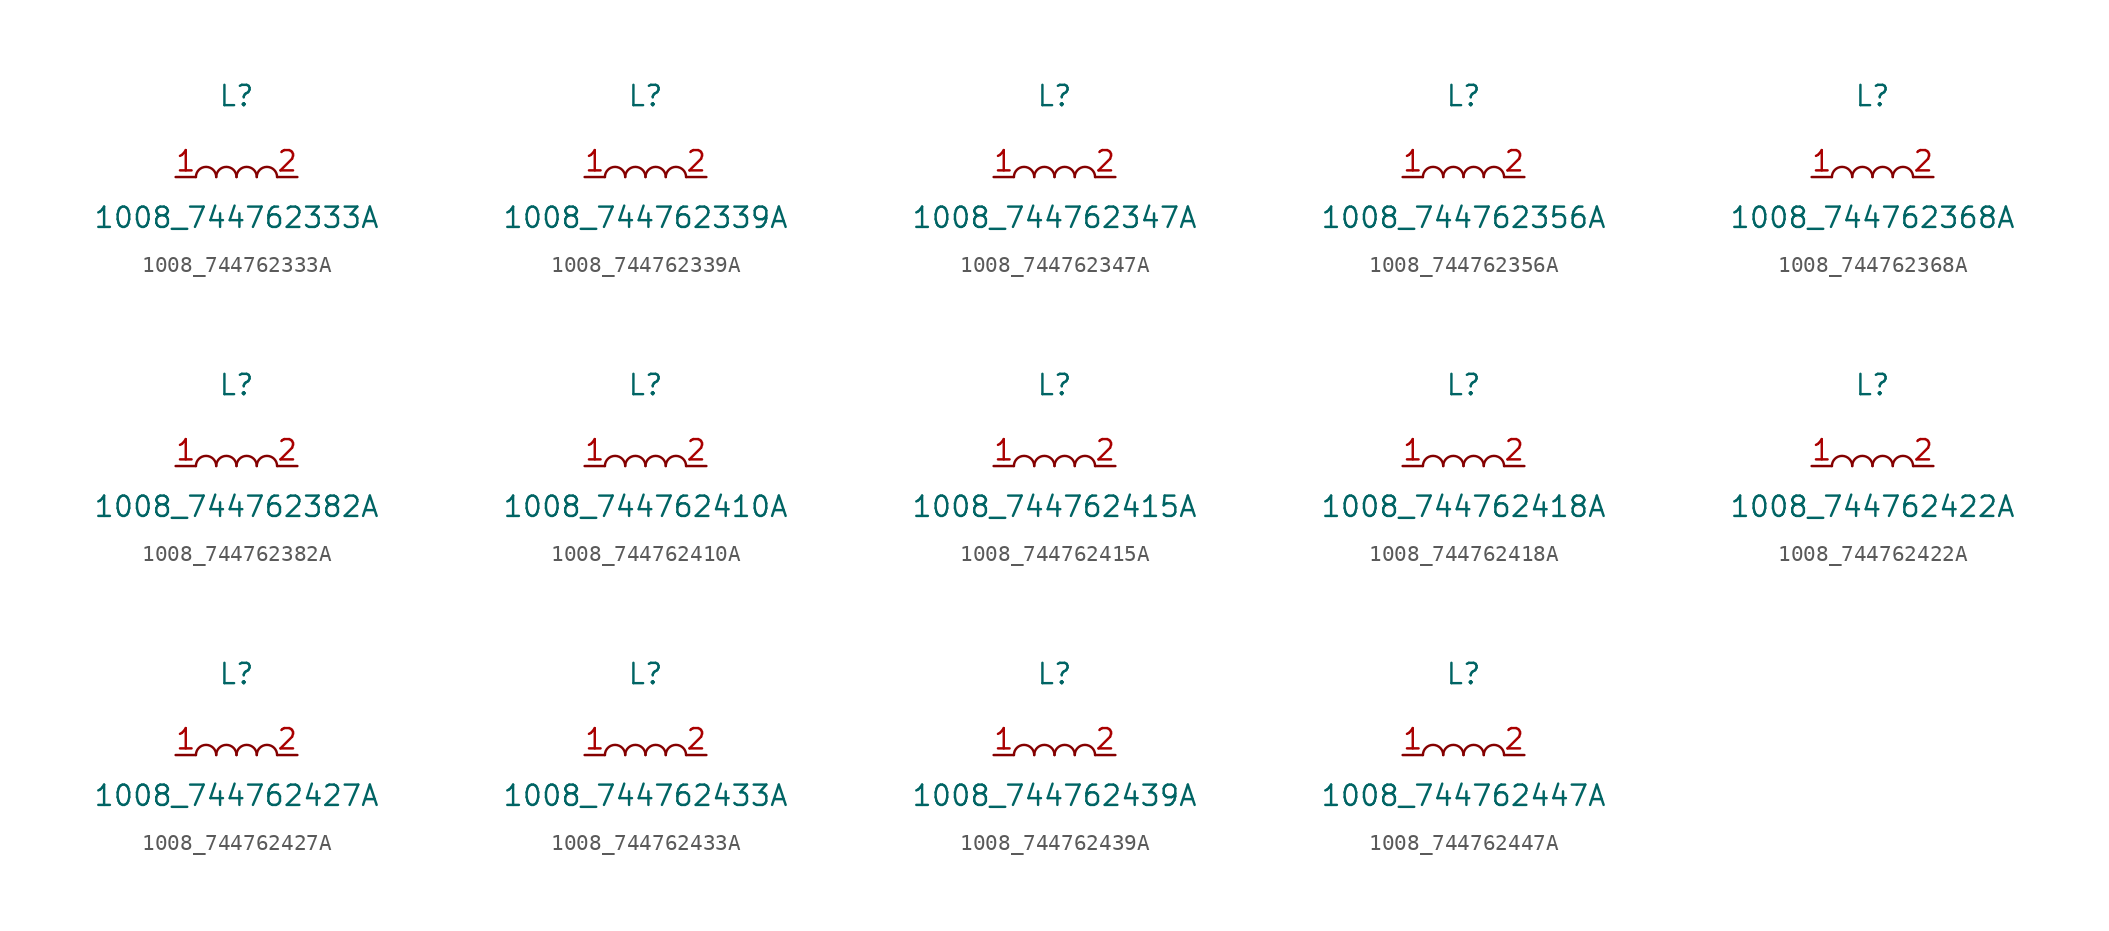
<source format=kicad_sym>
(kicad_symbol_lib
  (version 20220914)
  (generator kicad_symbol_editor)
  (symbol "1008_744762333A"
    (pin_names hide)
    (property "Reference" "L"
      (at 0 5.08 0)
      (effects (font (size 1.27 1.27))))
    (property "Value" "1008_744762333A"
      (at 0 -2.54 0)
      (effects (font (size 1.27 1.27))))
    (symbol "1008_744762333A_0_1"
      (arc (start -1.27 0) (mid -1.905 0.6323) (end -2.54 0) (stroke (width 0) (type default)) (fill (type none)))
      (arc (start 0 0) (mid -0.635 0.6323) (end -1.27 0) (stroke (width 0) (type default)) (fill (type none)))
      (arc (start 1.27 0) (mid 0.635 0.6323) (end 0 0) (stroke (width 0) (type default)) (fill (type none)))
      (arc (start 2.54 0) (mid 1.905 0.6323) (end 1.27 0) (stroke (width 0) (type default)) (fill (type none))))
    (symbol "1008_744762333A_1_1"
      (pin passive line (at -3.81 0 0) (length 1.27) (name "1" (effects (font (size 1.27 1.27)))) (number "1" (effects (font (size 1.27 1.27)))))
      (pin passive line (at 3.81 0 180) (length 1.27) (name "2" (effects (font (size 1.27 1.27)))) (number "2" (effects (font (size 1.27 1.27)))))))
  (symbol "1008_744762339A"
    (pin_names hide)
    (property "Reference" "L"
      (at 0 5.08 0)
      (effects (font (size 1.27 1.27))))
    (property "Value" "1008_744762339A"
      (at 0 -2.54 0)
      (effects (font (size 1.27 1.27))))
    (symbol "1008_744762339A_0_1"
      (arc (start -1.27 0) (mid -1.905 0.6323) (end -2.54 0) (stroke (width 0) (type default)) (fill (type none)))
      (arc (start 0 0) (mid -0.635 0.6323) (end -1.27 0) (stroke (width 0) (type default)) (fill (type none)))
      (arc (start 1.27 0) (mid 0.635 0.6323) (end 0 0) (stroke (width 0) (type default)) (fill (type none)))
      (arc (start 2.54 0) (mid 1.905 0.6323) (end 1.27 0) (stroke (width 0) (type default)) (fill (type none))))
    (symbol "1008_744762339A_1_1"
      (pin passive line (at -3.81 0 0) (length 1.27) (name "1" (effects (font (size 1.27 1.27)))) (number "1" (effects (font (size 1.27 1.27)))))
      (pin passive line (at 3.81 0 180) (length 1.27) (name "2" (effects (font (size 1.27 1.27)))) (number "2" (effects (font (size 1.27 1.27)))))))
  (symbol "1008_744762347A"
    (pin_names hide)
    (property "Reference" "L"
      (at 0 5.08 0)
      (effects (font (size 1.27 1.27))))
    (property "Value" "1008_744762347A"
      (at 0 -2.54 0)
      (effects (font (size 1.27 1.27))))
    (symbol "1008_744762347A_0_1"
      (arc (start -1.27 0) (mid -1.905 0.6323) (end -2.54 0) (stroke (width 0) (type default)) (fill (type none)))
      (arc (start 0 0) (mid -0.635 0.6323) (end -1.27 0) (stroke (width 0) (type default)) (fill (type none)))
      (arc (start 1.27 0) (mid 0.635 0.6323) (end 0 0) (stroke (width 0) (type default)) (fill (type none)))
      (arc (start 2.54 0) (mid 1.905 0.6323) (end 1.27 0) (stroke (width 0) (type default)) (fill (type none))))
    (symbol "1008_744762347A_1_1"
      (pin passive line (at -3.81 0 0) (length 1.27) (name "1" (effects (font (size 1.27 1.27)))) (number "1" (effects (font (size 1.27 1.27)))))
      (pin passive line (at 3.81 0 180) (length 1.27) (name "2" (effects (font (size 1.27 1.27)))) (number "2" (effects (font (size 1.27 1.27)))))))
  (symbol "1008_744762356A"
    (pin_names hide)
    (property "Reference" "L"
      (at 0 5.08 0)
      (effects (font (size 1.27 1.27))))
    (property "Value" "1008_744762356A"
      (at 0 -2.54 0)
      (effects (font (size 1.27 1.27))))
    (symbol "1008_744762356A_0_1"
      (arc (start -1.27 0) (mid -1.905 0.6323) (end -2.54 0) (stroke (width 0) (type default)) (fill (type none)))
      (arc (start 0 0) (mid -0.635 0.6323) (end -1.27 0) (stroke (width 0) (type default)) (fill (type none)))
      (arc (start 1.27 0) (mid 0.635 0.6323) (end 0 0) (stroke (width 0) (type default)) (fill (type none)))
      (arc (start 2.54 0) (mid 1.905 0.6323) (end 1.27 0) (stroke (width 0) (type default)) (fill (type none))))
    (symbol "1008_744762356A_1_1"
      (pin passive line (at -3.81 0 0) (length 1.27) (name "1" (effects (font (size 1.27 1.27)))) (number "1" (effects (font (size 1.27 1.27)))))
      (pin passive line (at 3.81 0 180) (length 1.27) (name "2" (effects (font (size 1.27 1.27)))) (number "2" (effects (font (size 1.27 1.27)))))))
  (symbol "1008_744762368A"
    (pin_names hide)
    (property "Reference" "L"
      (at 0 5.08 0)
      (effects (font (size 1.27 1.27))))
    (property "Value" "1008_744762368A"
      (at 0 -2.54 0)
      (effects (font (size 1.27 1.27))))
    (symbol "1008_744762368A_0_1"
      (arc (start -1.27 0) (mid -1.905 0.6323) (end -2.54 0) (stroke (width 0) (type default)) (fill (type none)))
      (arc (start 0 0) (mid -0.635 0.6323) (end -1.27 0) (stroke (width 0) (type default)) (fill (type none)))
      (arc (start 1.27 0) (mid 0.635 0.6323) (end 0 0) (stroke (width 0) (type default)) (fill (type none)))
      (arc (start 2.54 0) (mid 1.905 0.6323) (end 1.27 0) (stroke (width 0) (type default)) (fill (type none))))
    (symbol "1008_744762368A_1_1"
      (pin passive line (at -3.81 0 0) (length 1.27) (name "1" (effects (font (size 1.27 1.27)))) (number "1" (effects (font (size 1.27 1.27)))))
      (pin passive line (at 3.81 0 180) (length 1.27) (name "2" (effects (font (size 1.27 1.27)))) (number "2" (effects (font (size 1.27 1.27)))))))
  (symbol "1008_744762382A"
    (pin_names hide)
    (property "Reference" "L"
      (at 0 5.08 0)
      (effects (font (size 1.27 1.27))))
    (property "Value" "1008_744762382A"
      (at 0 -2.54 0)
      (effects (font (size 1.27 1.27))))
    (symbol "1008_744762382A_0_1"
      (arc (start -1.27 0) (mid -1.905 0.6323) (end -2.54 0) (stroke (width 0) (type default)) (fill (type none)))
      (arc (start 0 0) (mid -0.635 0.6323) (end -1.27 0) (stroke (width 0) (type default)) (fill (type none)))
      (arc (start 1.27 0) (mid 0.635 0.6323) (end 0 0) (stroke (width 0) (type default)) (fill (type none)))
      (arc (start 2.54 0) (mid 1.905 0.6323) (end 1.27 0) (stroke (width 0) (type default)) (fill (type none))))
    (symbol "1008_744762382A_1_1"
      (pin passive line (at -3.81 0 0) (length 1.27) (name "1" (effects (font (size 1.27 1.27)))) (number "1" (effects (font (size 1.27 1.27)))))
      (pin passive line (at 3.81 0 180) (length 1.27) (name "2" (effects (font (size 1.27 1.27)))) (number "2" (effects (font (size 1.27 1.27)))))))
  (symbol "1008_744762410A"
    (pin_names hide)
    (property "Reference" "L"
      (at 0 5.08 0)
      (effects (font (size 1.27 1.27))))
    (property "Value" "1008_744762410A"
      (at 0 -2.54 0)
      (effects (font (size 1.27 1.27))))
    (symbol "1008_744762410A_0_1"
      (arc (start -1.27 0) (mid -1.905 0.6323) (end -2.54 0) (stroke (width 0) (type default)) (fill (type none)))
      (arc (start 0 0) (mid -0.635 0.6323) (end -1.27 0) (stroke (width 0) (type default)) (fill (type none)))
      (arc (start 1.27 0) (mid 0.635 0.6323) (end 0 0) (stroke (width 0) (type default)) (fill (type none)))
      (arc (start 2.54 0) (mid 1.905 0.6323) (end 1.27 0) (stroke (width 0) (type default)) (fill (type none))))
    (symbol "1008_744762410A_1_1"
      (pin passive line (at -3.81 0 0) (length 1.27) (name "1" (effects (font (size 1.27 1.27)))) (number "1" (effects (font (size 1.27 1.27)))))
      (pin passive line (at 3.81 0 180) (length 1.27) (name "2" (effects (font (size 1.27 1.27)))) (number "2" (effects (font (size 1.27 1.27)))))))
  (symbol "1008_744762415A"
    (pin_names hide)
    (property "Reference" "L"
      (at 0 5.08 0)
      (effects (font (size 1.27 1.27))))
    (property "Value" "1008_744762415A"
      (at 0 -2.54 0)
      (effects (font (size 1.27 1.27))))
    (symbol "1008_744762415A_0_1"
      (arc (start -1.27 0) (mid -1.905 0.6323) (end -2.54 0) (stroke (width 0) (type default)) (fill (type none)))
      (arc (start 0 0) (mid -0.635 0.6323) (end -1.27 0) (stroke (width 0) (type default)) (fill (type none)))
      (arc (start 1.27 0) (mid 0.635 0.6323) (end 0 0) (stroke (width 0) (type default)) (fill (type none)))
      (arc (start 2.54 0) (mid 1.905 0.6323) (end 1.27 0) (stroke (width 0) (type default)) (fill (type none))))
    (symbol "1008_744762415A_1_1"
      (pin passive line (at -3.81 0 0) (length 1.27) (name "1" (effects (font (size 1.27 1.27)))) (number "1" (effects (font (size 1.27 1.27)))))
      (pin passive line (at 3.81 0 180) (length 1.27) (name "2" (effects (font (size 1.27 1.27)))) (number "2" (effects (font (size 1.27 1.27)))))))
  (symbol "1008_744762418A"
    (pin_names hide)
    (property "Reference" "L"
      (at 0 5.08 0)
      (effects (font (size 1.27 1.27))))
    (property "Value" "1008_744762418A"
      (at 0 -2.54 0)
      (effects (font (size 1.27 1.27))))
    (symbol "1008_744762418A_0_1"
      (arc (start -1.27 0) (mid -1.905 0.6323) (end -2.54 0) (stroke (width 0) (type default)) (fill (type none)))
      (arc (start 0 0) (mid -0.635 0.6323) (end -1.27 0) (stroke (width 0) (type default)) (fill (type none)))
      (arc (start 1.27 0) (mid 0.635 0.6323) (end 0 0) (stroke (width 0) (type default)) (fill (type none)))
      (arc (start 2.54 0) (mid 1.905 0.6323) (end 1.27 0) (stroke (width 0) (type default)) (fill (type none))))
    (symbol "1008_744762418A_1_1"
      (pin passive line (at -3.81 0 0) (length 1.27) (name "1" (effects (font (size 1.27 1.27)))) (number "1" (effects (font (size 1.27 1.27)))))
      (pin passive line (at 3.81 0 180) (length 1.27) (name "2" (effects (font (size 1.27 1.27)))) (number "2" (effects (font (size 1.27 1.27)))))))
  (symbol "1008_744762422A"
    (pin_names hide)
    (property "Reference" "L"
      (at 0 5.08 0)
      (effects (font (size 1.27 1.27))))
    (property "Value" "1008_744762422A"
      (at 0 -2.54 0)
      (effects (font (size 1.27 1.27))))
    (symbol "1008_744762422A_0_1"
      (arc (start -1.27 0) (mid -1.905 0.6323) (end -2.54 0) (stroke (width 0) (type default)) (fill (type none)))
      (arc (start 0 0) (mid -0.635 0.6323) (end -1.27 0) (stroke (width 0) (type default)) (fill (type none)))
      (arc (start 1.27 0) (mid 0.635 0.6323) (end 0 0) (stroke (width 0) (type default)) (fill (type none)))
      (arc (start 2.54 0) (mid 1.905 0.6323) (end 1.27 0) (stroke (width 0) (type default)) (fill (type none))))
    (symbol "1008_744762422A_1_1"
      (pin passive line (at -3.81 0 0) (length 1.27) (name "1" (effects (font (size 1.27 1.27)))) (number "1" (effects (font (size 1.27 1.27)))))
      (pin passive line (at 3.81 0 180) (length 1.27) (name "2" (effects (font (size 1.27 1.27)))) (number "2" (effects (font (size 1.27 1.27)))))))
  (symbol "1008_744762427A"
    (pin_names hide)
    (property "Reference" "L"
      (at 0 5.08 0)
      (effects (font (size 1.27 1.27))))
    (property "Value" "1008_744762427A"
      (at 0 -2.54 0)
      (effects (font (size 1.27 1.27))))
    (symbol "1008_744762427A_0_1"
      (arc (start -1.27 0) (mid -1.905 0.6323) (end -2.54 0) (stroke (width 0) (type default)) (fill (type none)))
      (arc (start 0 0) (mid -0.635 0.6323) (end -1.27 0) (stroke (width 0) (type default)) (fill (type none)))
      (arc (start 1.27 0) (mid 0.635 0.6323) (end 0 0) (stroke (width 0) (type default)) (fill (type none)))
      (arc (start 2.54 0) (mid 1.905 0.6323) (end 1.27 0) (stroke (width 0) (type default)) (fill (type none))))
    (symbol "1008_744762427A_1_1"
      (pin passive line (at -3.81 0 0) (length 1.27) (name "1" (effects (font (size 1.27 1.27)))) (number "1" (effects (font (size 1.27 1.27)))))
      (pin passive line (at 3.81 0 180) (length 1.27) (name "2" (effects (font (size 1.27 1.27)))) (number "2" (effects (font (size 1.27 1.27)))))))
  (symbol "1008_744762433A"
    (pin_names hide)
    (property "Reference" "L"
      (at 0 5.08 0)
      (effects (font (size 1.27 1.27))))
    (property "Value" "1008_744762433A"
      (at 0 -2.54 0)
      (effects (font (size 1.27 1.27))))
    (symbol "1008_744762433A_0_1"
      (arc (start -1.27 0) (mid -1.905 0.6323) (end -2.54 0) (stroke (width 0) (type default)) (fill (type none)))
      (arc (start 0 0) (mid -0.635 0.6323) (end -1.27 0) (stroke (width 0) (type default)) (fill (type none)))
      (arc (start 1.27 0) (mid 0.635 0.6323) (end 0 0) (stroke (width 0) (type default)) (fill (type none)))
      (arc (start 2.54 0) (mid 1.905 0.6323) (end 1.27 0) (stroke (width 0) (type default)) (fill (type none))))
    (symbol "1008_744762433A_1_1"
      (pin passive line (at -3.81 0 0) (length 1.27) (name "1" (effects (font (size 1.27 1.27)))) (number "1" (effects (font (size 1.27 1.27)))))
      (pin passive line (at 3.81 0 180) (length 1.27) (name "2" (effects (font (size 1.27 1.27)))) (number "2" (effects (font (size 1.27 1.27)))))))
  (symbol "1008_744762439A"
    (pin_names hide)
    (property "Reference" "L"
      (at 0 5.08 0)
      (effects (font (size 1.27 1.27))))
    (property "Value" "1008_744762439A"
      (at 0 -2.54 0)
      (effects (font (size 1.27 1.27))))
    (symbol "1008_744762439A_0_1"
      (arc (start -1.27 0) (mid -1.905 0.6323) (end -2.54 0) (stroke (width 0) (type default)) (fill (type none)))
      (arc (start 0 0) (mid -0.635 0.6323) (end -1.27 0) (stroke (width 0) (type default)) (fill (type none)))
      (arc (start 1.27 0) (mid 0.635 0.6323) (end 0 0) (stroke (width 0) (type default)) (fill (type none)))
      (arc (start 2.54 0) (mid 1.905 0.6323) (end 1.27 0) (stroke (width 0) (type default)) (fill (type none))))
    (symbol "1008_744762439A_1_1"
      (pin passive line (at -3.81 0 0) (length 1.27) (name "1" (effects (font (size 1.27 1.27)))) (number "1" (effects (font (size 1.27 1.27)))))
      (pin passive line (at 3.81 0 180) (length 1.27) (name "2" (effects (font (size 1.27 1.27)))) (number "2" (effects (font (size 1.27 1.27)))))))
  (symbol "1008_744762447A"
    (pin_names hide)
    (property "Reference" "L"
      (at 0 5.08 0)
      (effects (font (size 1.27 1.27))))
    (property "Value" "1008_744762447A"
      (at 0 -2.54 0)
      (effects (font (size 1.27 1.27))))
    (symbol "1008_744762447A_0_1"
      (arc (start -1.27 0) (mid -1.905 0.6323) (end -2.54 0) (stroke (width 0) (type default)) (fill (type none)))
      (arc (start 0 0) (mid -0.635 0.6323) (end -1.27 0) (stroke (width 0) (type default)) (fill (type none)))
      (arc (start 1.27 0) (mid 0.635 0.6323) (end 0 0) (stroke (width 0) (type default)) (fill (type none)))
      (arc (start 2.54 0) (mid 1.905 0.6323) (end 1.27 0) (stroke (width 0) (type default)) (fill (type none))))
    (symbol "1008_744762447A_1_1"
      (pin passive line (at -3.81 0 0) (length 1.27) (name "1" (effects (font (size 1.27 1.27)))) (number "1" (effects (font (size 1.27 1.27)))))
      (pin passive line (at 3.81 0 180) (length 1.27) (name "2" (effects (font (size 1.27 1.27)))) (number "2" (effects (font (size 1.27 1.27))))))))
</source>
